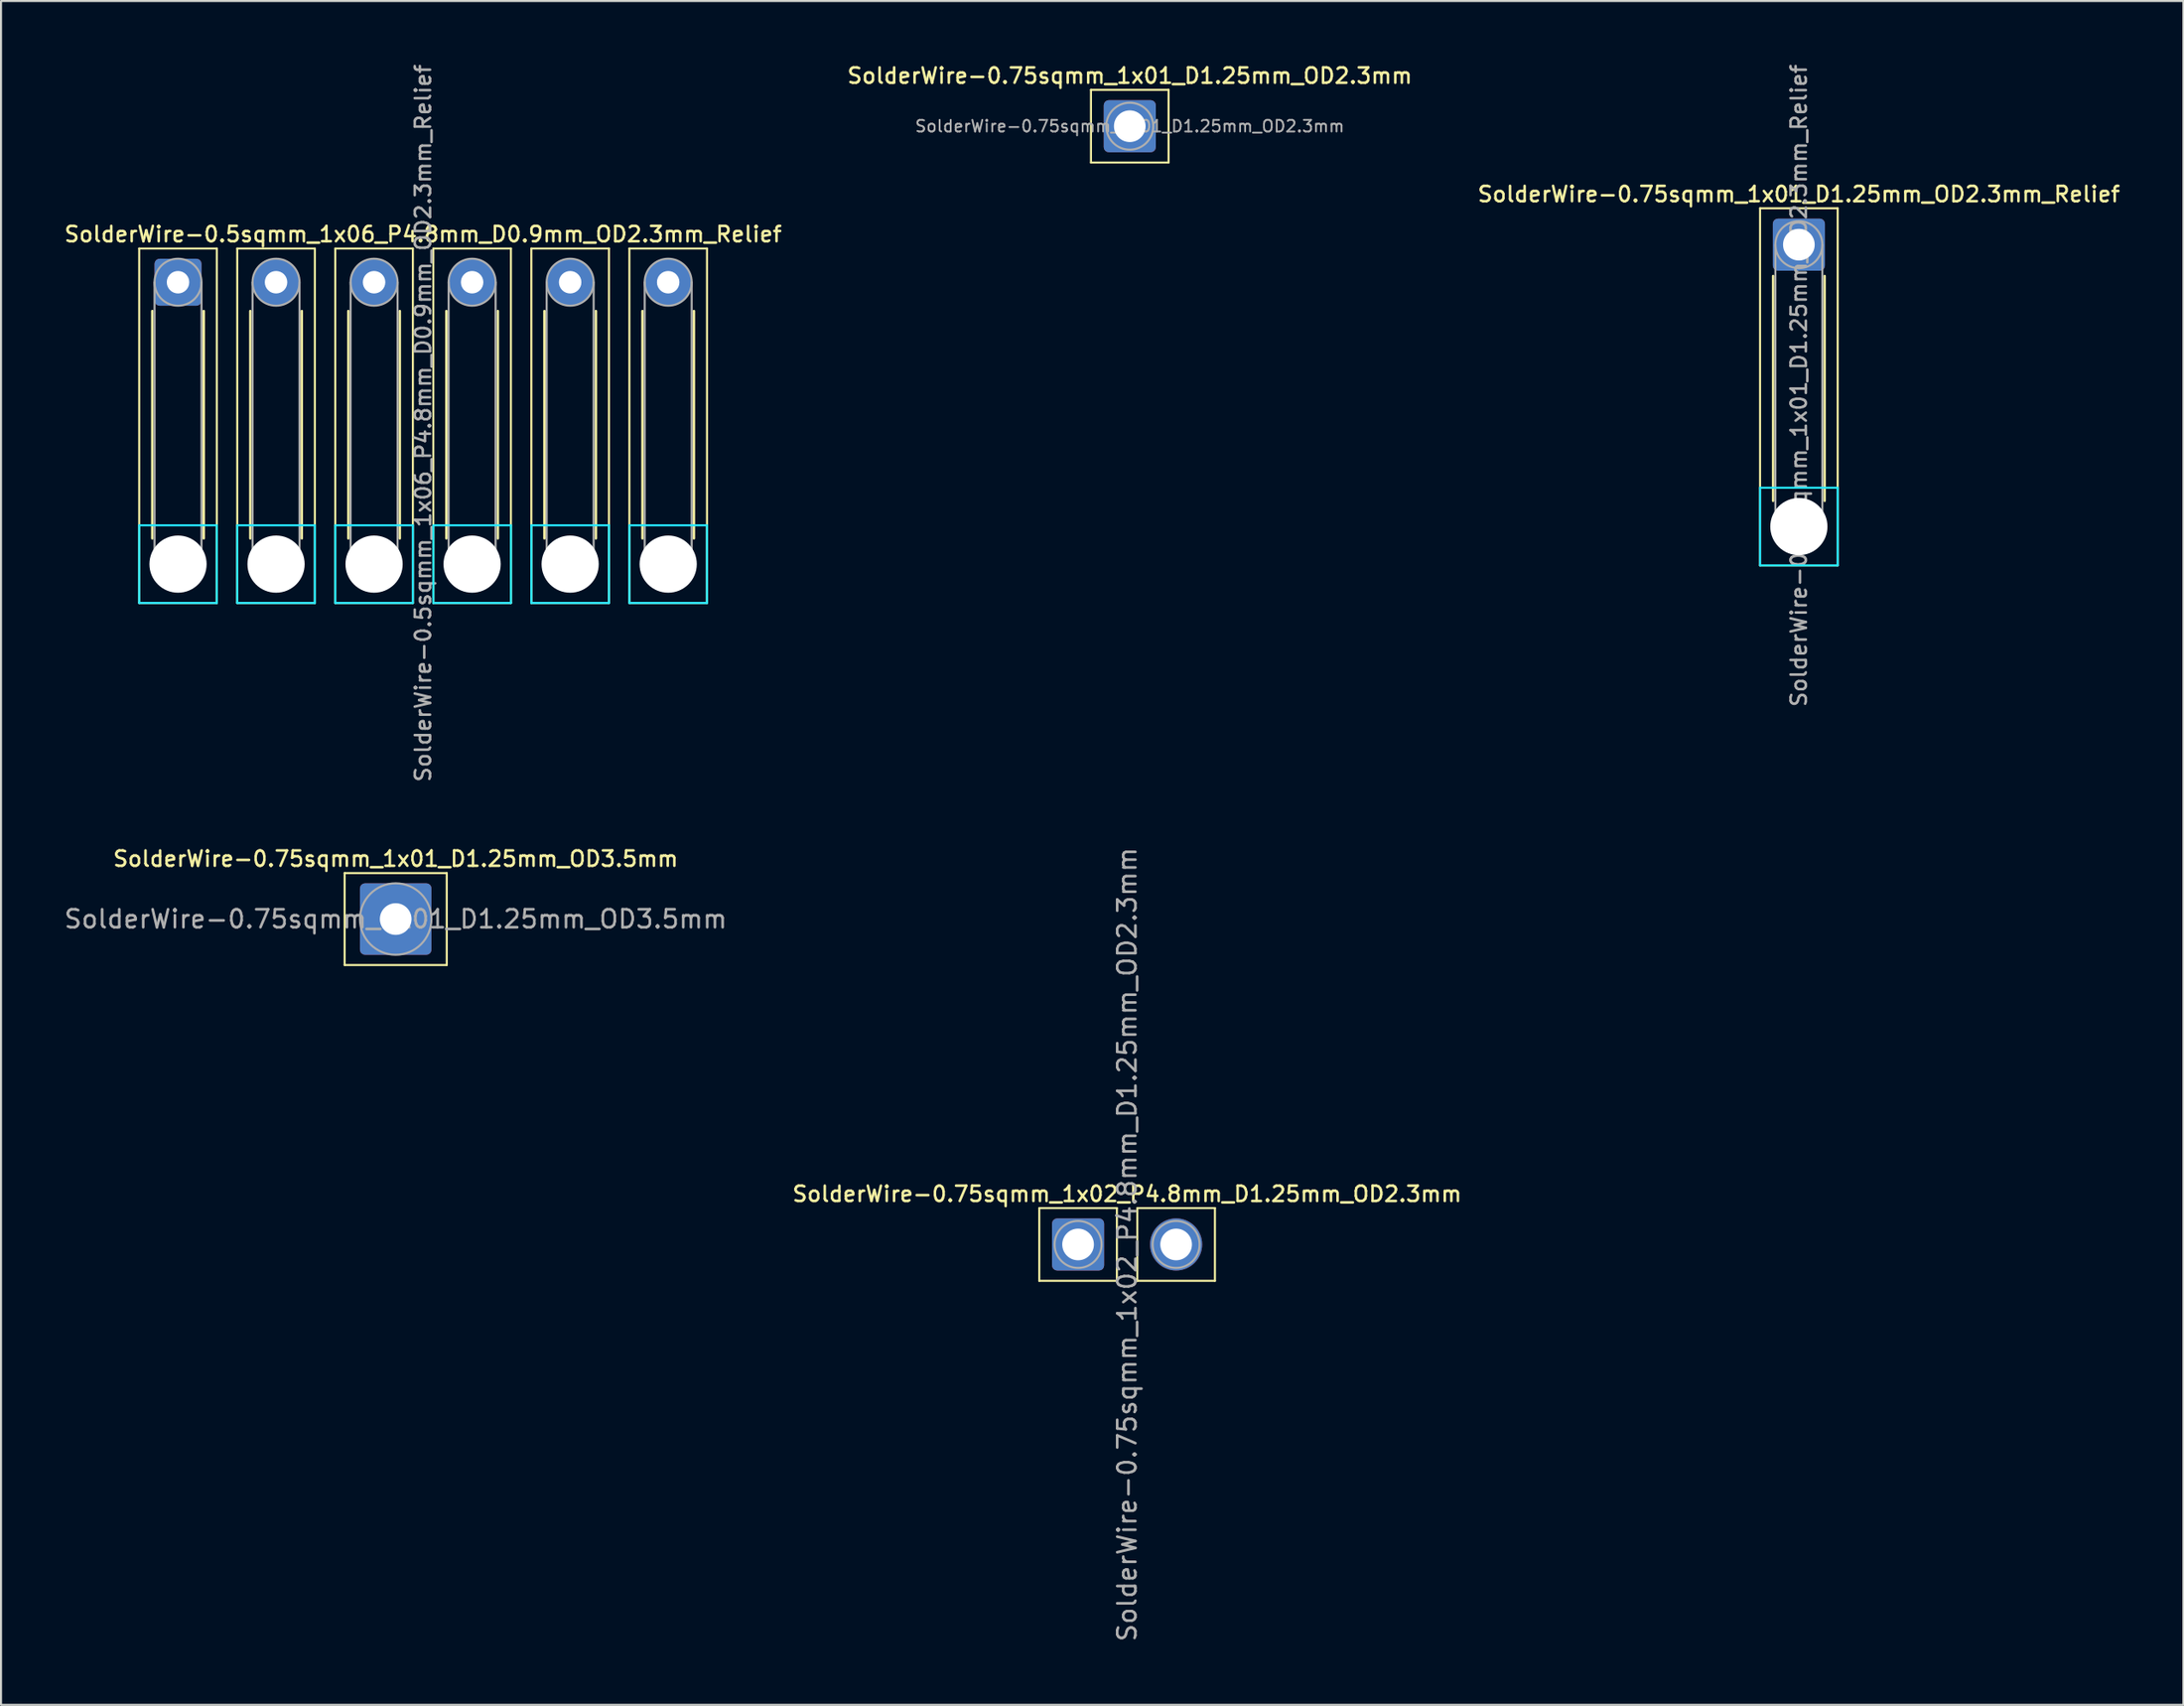
<source format=kicad_pcb>
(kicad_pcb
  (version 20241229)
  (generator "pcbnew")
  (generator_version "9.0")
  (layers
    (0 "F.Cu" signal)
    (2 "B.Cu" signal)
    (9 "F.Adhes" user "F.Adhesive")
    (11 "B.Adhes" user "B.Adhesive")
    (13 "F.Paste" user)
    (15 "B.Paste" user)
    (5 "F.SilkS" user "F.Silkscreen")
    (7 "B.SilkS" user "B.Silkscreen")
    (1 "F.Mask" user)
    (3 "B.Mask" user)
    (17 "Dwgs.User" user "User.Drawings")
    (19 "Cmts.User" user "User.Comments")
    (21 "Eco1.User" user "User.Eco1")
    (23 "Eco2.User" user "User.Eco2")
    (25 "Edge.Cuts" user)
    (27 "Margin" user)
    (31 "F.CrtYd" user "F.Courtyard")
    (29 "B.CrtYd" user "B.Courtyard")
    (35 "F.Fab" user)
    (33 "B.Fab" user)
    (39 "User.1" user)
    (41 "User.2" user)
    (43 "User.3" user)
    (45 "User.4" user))
  (footprint "SolderWire-0.75sqmm_1x02_P4.8mm_D1.25mm_OD2.3mm"
    (layer "F.Cu")
    (at 49.736 57.87)
    (property "Reference" "SolderWire-0.75sqmm_1x02_P4.8mm_D1.25mm_OD2.3mm" (at 2.4 -2.47 0) (layer "F.SilkS") (effects (font (size 0.75 0.75) (thickness 0.125))))
    (attr exclude_from_pos_files exclude_from_bom)
    (fp_line (start -1.9 -1.78) (end -1.9 1.78) (stroke (width 0.1) (type solid)) (layer "F.SilkS"))
    (fp_line (start -1.9 1.78) (end 1.9 1.78) (stroke (width 0.1) (type solid)) (layer "F.SilkS"))
    (fp_line (start 1.9 -1.78) (end -1.9 -1.78) (stroke (width 0.1) (type solid)) (layer "F.SilkS"))
    (fp_line (start 1.9 1.78) (end 1.9 -1.78) (stroke (width 0.1) (type solid)) (layer "F.SilkS"))
    (fp_line (start 2.9 -1.78) (end 2.9 1.78) (stroke (width 0.1) (type solid)) (layer "F.SilkS"))
    (fp_line (start 2.9 1.78) (end 6.7 1.78) (stroke (width 0.1) (type solid)) (layer "F.SilkS"))
    (fp_line (start 6.7 -1.78) (end 2.9 -1.78) (stroke (width 0.1) (type solid)) (layer "F.SilkS"))
    (fp_line (start 6.7 1.78) (end 6.7 -1.78) (stroke (width 0.1) (type solid)) (layer "F.SilkS"))
    (fp_circle (center 0 0) (end 1.15 0) (stroke (width 0.1) (type solid)) (fill no) (layer "F.Fab"))
    (fp_circle (center 4.8 0) (end 5.95 0) (stroke (width 0.1) (type solid)) (fill no) (layer "F.Fab"))
    (fp_text user "${REFERENCE}" (at 2.4 0 90) (layer "F.Fab") (effects (font (size 0.89 0.89) (thickness 0.13))))
    (pad "1" thru_hole roundrect (at 0 0) (size 2.55 2.55) (drill 1.55) (layers "*.Cu" "*.Mask") (roundrect_rratio 0.098))
    (pad "2" thru_hole circle (at 4.8 0) (size 2.55 2.55) (drill 1.55) (layers "*.Cu" "*.Mask")))
  (footprint "SolderWire-0.75sqmm_1x01_D1.25mm_OD2.3mm_Relief"
    (layer "F.Cu")
    (at 85.027 8.927)
    (property "Reference" "SolderWire-0.75sqmm_1x01_D1.25mm_OD2.3mm_Relief" (at 0 -2.47 0) (layer "F.SilkS") (effects (font (size 0.75 0.75) (thickness 0.125))))
    (attr exclude_from_pos_files exclude_from_bom)
    (fp_line (start -1.9 -1.78) (end -1.9 15.7) (stroke (width 0.1) (type solid)) (layer "F.SilkS"))
    (fp_line (start -1.9 15.7) (end 1.9 15.7) (stroke (width 0.1) (type solid)) (layer "F.SilkS"))
    (fp_line (start -1.26 1.535) (end -1.26 12.54) (stroke (width 0.12) (type solid)) (layer "F.SilkS"))
    (fp_line (start 1.26 1.535) (end 1.26 12.54) (stroke (width 0.12) (type solid)) (layer "F.SilkS"))
    (fp_line (start 1.9 -1.78) (end -1.9 -1.78) (stroke (width 0.1) (type solid)) (layer "F.SilkS"))
    (fp_line (start 1.9 15.7) (end 1.9 -1.78) (stroke (width 0.1) (type solid)) (layer "F.SilkS"))
    (fp_line (start -1.9 11.9) (end -1.9 15.7) (stroke (width 0.1) (type solid)) (layer "B.CrtYd"))
    (fp_line (start -1.9 15.7) (end 1.9 15.7) (stroke (width 0.1) (type solid)) (layer "B.CrtYd"))
    (fp_line (start 1.9 11.9) (end -1.9 11.9) (stroke (width 0.1) (type solid)) (layer "B.CrtYd"))
    (fp_line (start 1.9 15.7) (end 1.9 11.9) (stroke (width 0.1) (type solid)) (layer "B.CrtYd"))
    (fp_line (start -1.15 0) (end -1.15 13.8) (stroke (width 0.1) (type solid)) (layer "F.Fab"))
    (fp_line (start 1.15 0) (end 1.15 13.8) (stroke (width 0.1) (type solid)) (layer "F.Fab"))
    (fp_circle (center 0 0) (end 1.15 0) (stroke (width 0.1) (type solid)) (fill no) (layer "F.Fab"))
    (fp_circle (center 0 13.8) (end 1.15 13.8) (stroke (width 0.1) (type solid)) (fill no) (layer "F.Fab"))
    (fp_text user "${REFERENCE}" (at 0 6.9 90) (layer "F.Fab") (effects (font (size 0.75 0.75) (thickness 0.125))))
    (pad "" np_thru_hole circle (at 0 13.8) (size 2.8 2.8) (drill 2.8) (layers "*.Cu" "*.Mask"))
    (pad "1" thru_hole roundrect (at 0 0) (size 2.55 2.55) (drill 1.55) (layers "*.Cu" "*.Mask") (roundrect_rratio 0.098)))
  (footprint "SolderWire-0.5sqmm_1x06_P4.8mm_D0.9mm_OD2.3mm_Relief"
    (layer "F.Cu")
    (at 5.666 10.766)
    (property "Reference" "SolderWire-0.5sqmm_1x06_P4.8mm_D0.9mm_OD2.3mm_Relief" (at 12 -2.35 0) (layer "F.SilkS") (effects (font (size 0.75 0.75) (thickness 0.125))))
    (attr exclude_from_pos_files exclude_from_bom)
    (fp_line (start -1.9 -1.65) (end -1.9 15.7) (stroke (width 0.1) (type solid)) (layer "F.SilkS"))
    (fp_line (start -1.9 15.7) (end 1.9 15.7) (stroke (width 0.1) (type solid)) (layer "F.SilkS"))
    (fp_line (start -1.26 1.41) (end -1.26 12.54) (stroke (width 0.12) (type solid)) (layer "F.SilkS"))
    (fp_line (start 1.26 1.41) (end 1.26 12.54) (stroke (width 0.12) (type solid)) (layer "F.SilkS"))
    (fp_line (start 1.9 -1.65) (end -1.9 -1.65) (stroke (width 0.1) (type solid)) (layer "F.SilkS"))
    (fp_line (start 1.9 15.7) (end 1.9 -1.65) (stroke (width 0.1) (type solid)) (layer "F.SilkS"))
    (fp_line (start 2.9 -1.65) (end 2.9 15.7) (stroke (width 0.1) (type solid)) (layer "F.SilkS"))
    (fp_line (start 2.9 15.7) (end 6.7 15.7) (stroke (width 0.1) (type solid)) (layer "F.SilkS"))
    (fp_line (start 3.54 1.41) (end 3.54 12.54) (stroke (width 0.12) (type solid)) (layer "F.SilkS"))
    (fp_line (start 6.06 1.41) (end 6.06 12.54) (stroke (width 0.12) (type solid)) (layer "F.SilkS"))
    (fp_line (start 6.7 -1.65) (end 2.9 -1.65) (stroke (width 0.1) (type solid)) (layer "F.SilkS"))
    (fp_line (start 6.7 15.7) (end 6.7 -1.65) (stroke (width 0.1) (type solid)) (layer "F.SilkS"))
    (fp_line (start 7.7 -1.65) (end 7.7 15.7) (stroke (width 0.1) (type solid)) (layer "F.SilkS"))
    (fp_line (start 7.7 15.7) (end 11.5 15.7) (stroke (width 0.1) (type solid)) (layer "F.SilkS"))
    (fp_line (start 8.34 1.41) (end 8.34 12.54) (stroke (width 0.12) (type solid)) (layer "F.SilkS"))
    (fp_line (start 10.86 1.41) (end 10.86 12.54) (stroke (width 0.12) (type solid)) (layer "F.SilkS"))
    (fp_line (start 11.5 -1.65) (end 7.7 -1.65) (stroke (width 0.1) (type solid)) (layer "F.SilkS"))
    (fp_line (start 11.5 15.7) (end 11.5 -1.65) (stroke (width 0.1) (type solid)) (layer "F.SilkS"))
    (fp_line (start 12.5 -1.65) (end 12.5 15.7) (stroke (width 0.1) (type solid)) (layer "F.SilkS"))
    (fp_line (start 12.5 15.7) (end 16.3 15.7) (stroke (width 0.1) (type solid)) (layer "F.SilkS"))
    (fp_line (start 13.14 1.41) (end 13.14 12.54) (stroke (width 0.12) (type solid)) (layer "F.SilkS"))
    (fp_line (start 15.66 1.41) (end 15.66 12.54) (stroke (width 0.12) (type solid)) (layer "F.SilkS"))
    (fp_line (start 16.3 -1.65) (end 12.5 -1.65) (stroke (width 0.1) (type solid)) (layer "F.SilkS"))
    (fp_line (start 16.3 15.7) (end 16.3 -1.65) (stroke (width 0.1) (type solid)) (layer "F.SilkS"))
    (fp_line (start 17.3 -1.65) (end 17.3 15.7) (stroke (width 0.1) (type solid)) (layer "F.SilkS"))
    (fp_line (start 17.3 15.7) (end 21.1 15.7) (stroke (width 0.1) (type solid)) (layer "F.SilkS"))
    (fp_line (start 17.94 1.41) (end 17.94 12.54) (stroke (width 0.12) (type solid)) (layer "F.SilkS"))
    (fp_line (start 20.46 1.41) (end 20.46 12.54) (stroke (width 0.12) (type solid)) (layer "F.SilkS"))
    (fp_line (start 21.1 -1.65) (end 17.3 -1.65) (stroke (width 0.1) (type solid)) (layer "F.SilkS"))
    (fp_line (start 21.1 15.7) (end 21.1 -1.65) (stroke (width 0.1) (type solid)) (layer "F.SilkS"))
    (fp_line (start 22.1 -1.65) (end 22.1 15.7) (stroke (width 0.1) (type solid)) (layer "F.SilkS"))
    (fp_line (start 22.1 15.7) (end 25.9 15.7) (stroke (width 0.1) (type solid)) (layer "F.SilkS"))
    (fp_line (start 22.74 1.41) (end 22.74 12.54) (stroke (width 0.12) (type solid)) (layer "F.SilkS"))
    (fp_line (start 25.26 1.41) (end 25.26 12.54) (stroke (width 0.12) (type solid)) (layer "F.SilkS"))
    (fp_line (start 25.9 -1.65) (end 22.1 -1.65) (stroke (width 0.1) (type solid)) (layer "F.SilkS"))
    (fp_line (start 25.9 15.7) (end 25.9 -1.65) (stroke (width 0.1) (type solid)) (layer "F.SilkS"))
    (fp_line (start -1.9 11.9) (end -1.9 15.7) (stroke (width 0.1) (type solid)) (layer "B.CrtYd"))
    (fp_line (start -1.9 15.7) (end 1.9 15.7) (stroke (width 0.1) (type solid)) (layer "B.CrtYd"))
    (fp_line (start 1.9 11.9) (end -1.9 11.9) (stroke (width 0.1) (type solid)) (layer "B.CrtYd"))
    (fp_line (start 1.9 15.7) (end 1.9 11.9) (stroke (width 0.1) (type solid)) (layer "B.CrtYd"))
    (fp_line (start 2.9 11.9) (end 2.9 15.7) (stroke (width 0.1) (type solid)) (layer "B.CrtYd"))
    (fp_line (start 2.9 15.7) (end 6.7 15.7) (stroke (width 0.1) (type solid)) (layer "B.CrtYd"))
    (fp_line (start 6.7 11.9) (end 2.9 11.9) (stroke (width 0.1) (type solid)) (layer "B.CrtYd"))
    (fp_line (start 6.7 15.7) (end 6.7 11.9) (stroke (width 0.1) (type solid)) (layer "B.CrtYd"))
    (fp_line (start 7.7 11.9) (end 7.7 15.7) (stroke (width 0.1) (type solid)) (layer "B.CrtYd"))
    (fp_line (start 7.7 15.7) (end 11.5 15.7) (stroke (width 0.1) (type solid)) (layer "B.CrtYd"))
    (fp_line (start 11.5 11.9) (end 7.7 11.9) (stroke (width 0.1) (type solid)) (layer "B.CrtYd"))
    (fp_line (start 11.5 15.7) (end 11.5 11.9) (stroke (width 0.1) (type solid)) (layer "B.CrtYd"))
    (fp_line (start 12.5 11.9) (end 12.5 15.7) (stroke (width 0.1) (type solid)) (layer "B.CrtYd"))
    (fp_line (start 12.5 15.7) (end 16.3 15.7) (stroke (width 0.1) (type solid)) (layer "B.CrtYd"))
    (fp_line (start 16.3 11.9) (end 12.5 11.9) (stroke (width 0.1) (type solid)) (layer "B.CrtYd"))
    (fp_line (start 16.3 15.7) (end 16.3 11.9) (stroke (width 0.1) (type solid)) (layer "B.CrtYd"))
    (fp_line (start 17.3 11.9) (end 17.3 15.7) (stroke (width 0.1) (type solid)) (layer "B.CrtYd"))
    (fp_line (start 17.3 15.7) (end 21.1 15.7) (stroke (width 0.1) (type solid)) (layer "B.CrtYd"))
    (fp_line (start 21.1 11.9) (end 17.3 11.9) (stroke (width 0.1) (type solid)) (layer "B.CrtYd"))
    (fp_line (start 21.1 15.7) (end 21.1 11.9) (stroke (width 0.1) (type solid)) (layer "B.CrtYd"))
    (fp_line (start 22.1 11.9) (end 22.1 15.7) (stroke (width 0.1) (type solid)) (layer "B.CrtYd"))
    (fp_line (start 22.1 15.7) (end 25.9 15.7) (stroke (width 0.1) (type solid)) (layer "B.CrtYd"))
    (fp_line (start 25.9 11.9) (end 22.1 11.9) (stroke (width 0.1) (type solid)) (layer "B.CrtYd"))
    (fp_line (start 25.9 15.7) (end 25.9 11.9) (stroke (width 0.1) (type solid)) (layer "B.CrtYd"))
    (fp_line (start -1.15 0) (end -1.15 13.8) (stroke (width 0.1) (type solid)) (layer "F.Fab"))
    (fp_line (start 1.15 0) (end 1.15 13.8) (stroke (width 0.1) (type solid)) (layer "F.Fab"))
    (fp_line (start 3.65 0) (end 3.65 13.8) (stroke (width 0.1) (type solid)) (layer "F.Fab"))
    (fp_line (start 5.95 0) (end 5.95 13.8) (stroke (width 0.1) (type solid)) (layer "F.Fab"))
    (fp_line (start 8.45 0) (end 8.45 13.8) (stroke (width 0.1) (type solid)) (layer "F.Fab"))
    (fp_line (start 10.75 0) (end 10.75 13.8) (stroke (width 0.1) (type solid)) (layer "F.Fab"))
    (fp_line (start 13.25 0) (end 13.25 13.8) (stroke (width 0.1) (type solid)) (layer "F.Fab"))
    (fp_line (start 15.55 0) (end 15.55 13.8) (stroke (width 0.1) (type solid)) (layer "F.Fab"))
    (fp_line (start 18.05 0) (end 18.05 13.8) (stroke (width 0.1) (type solid)) (layer "F.Fab"))
    (fp_line (start 20.35 0) (end 20.35 13.8) (stroke (width 0.1) (type solid)) (layer "F.Fab"))
    (fp_line (start 22.85 0) (end 22.85 13.8) (stroke (width 0.1) (type solid)) (layer "F.Fab"))
    (fp_line (start 25.15 0) (end 25.15 13.8) (stroke (width 0.1) (type solid)) (layer "F.Fab"))
    (fp_circle (center 0 0) (end 1.15 0) (stroke (width 0.1) (type solid)) (fill no) (layer "F.Fab"))
    (fp_circle (center 0 13.8) (end 1.15 13.8) (stroke (width 0.1) (type solid)) (fill no) (layer "F.Fab"))
    (fp_circle (center 4.8 0) (end 5.95 0) (stroke (width 0.1) (type solid)) (fill no) (layer "F.Fab"))
    (fp_circle (center 4.8 13.8) (end 5.95 13.8) (stroke (width 0.1) (type solid)) (fill no) (layer "F.Fab"))
    (fp_circle (center 9.6 0) (end 10.75 0) (stroke (width 0.1) (type solid)) (fill no) (layer "F.Fab"))
    (fp_circle (center 9.6 13.8) (end 10.75 13.8) (stroke (width 0.1) (type solid)) (fill no) (layer "F.Fab"))
    (fp_circle (center 14.4 0) (end 15.55 0) (stroke (width 0.1) (type solid)) (fill no) (layer "F.Fab"))
    (fp_circle (center 14.4 13.8) (end 15.55 13.8) (stroke (width 0.1) (type solid)) (fill no) (layer "F.Fab"))
    (fp_circle (center 19.2 0) (end 20.35 0) (stroke (width 0.1) (type solid)) (fill no) (layer "F.Fab"))
    (fp_circle (center 19.2 13.8) (end 20.35 13.8) (stroke (width 0.1) (type solid)) (fill no) (layer "F.Fab"))
    (fp_circle (center 24 0) (end 25.15 0) (stroke (width 0.1) (type solid)) (fill no) (layer "F.Fab"))
    (fp_circle (center 24 13.8) (end 25.15 13.8) (stroke (width 0.1) (type solid)) (fill no) (layer "F.Fab"))
    (fp_text user "${REFERENCE}" (at 12 6.9 90) (layer "F.Fab") (effects (font (size 0.75 0.75) (thickness 0.125))))
    (pad "" np_thru_hole circle (at 0 13.8) (size 2.8 2.8) (drill 2.8) (layers "*.Cu" "*.Mask"))
    (pad "" np_thru_hole circle (at 4.8 13.8) (size 2.8 2.8) (drill 2.8) (layers "*.Cu" "*.Mask"))
    (pad "" np_thru_hole circle (at 9.6 13.8) (size 2.8 2.8) (drill 2.8) (layers "*.Cu" "*.Mask"))
    (pad "" np_thru_hole circle (at 14.4 13.8) (size 2.8 2.8) (drill 2.8) (layers "*.Cu" "*.Mask"))
    (pad "" np_thru_hole circle (at 19.2 13.8) (size 2.8 2.8) (drill 2.8) (layers "*.Cu" "*.Mask"))
    (pad "" np_thru_hole circle (at 24 13.8) (size 2.8 2.8) (drill 2.8) (layers "*.Cu" "*.Mask"))
    (pad "1" thru_hole roundrect (at 0 0) (size 2.3 2.3) (drill 1.1) (layers "*.Cu" "*.Mask") (roundrect_rratio 0.109))
    (pad "2" thru_hole circle (at 4.8 0) (size 2.3 2.3) (drill 1.1) (layers "*.Cu" "*.Mask"))
    (pad "3" thru_hole circle (at 9.6 0) (size 2.3 2.3) (drill 1.1) (layers "*.Cu" "*.Mask"))
    (pad "4" thru_hole circle (at 14.4 0) (size 2.3 2.3) (drill 1.1) (layers "*.Cu" "*.Mask"))
    (pad "5" thru_hole circle (at 19.2 0) (size 2.3 2.3) (drill 1.1) (layers "*.Cu" "*.Mask"))
    (pad "6" thru_hole circle (at 24 0) (size 2.3 2.3) (drill 1.1) (layers "*.Cu" "*.Mask")))
  (footprint "SolderWire-0.75sqmm_1x01_D1.25mm_OD3.5mm"
    (layer "F.Cu")
    (at 16.324 41.94)
    (property "Reference" "SolderWire-0.75sqmm_1x01_D1.25mm_OD3.5mm" (at 0 -2.95 0) (layer "F.SilkS") (effects (font (size 0.75 0.75) (thickness 0.125))))
    (attr exclude_from_pos_files exclude_from_bom)
    (fp_line (start -2.5 -2.25) (end -2.5 2.25) (stroke (width 0.1) (type solid)) (layer "F.SilkS"))
    (fp_line (start -2.5 2.25) (end 2.5 2.25) (stroke (width 0.1) (type solid)) (layer "F.SilkS"))
    (fp_line (start 2.5 -2.25) (end -2.5 -2.25) (stroke (width 0.1) (type solid)) (layer "F.SilkS"))
    (fp_line (start 2.5 2.25) (end 2.5 -2.25) (stroke (width 0.1) (type solid)) (layer "F.SilkS"))
    (fp_circle (center 0 0) (end 1.75 0) (stroke (width 0.1) (type solid)) (fill no) (layer "F.Fab"))
    (fp_text user "${REFERENCE}" (at 0 0 0) (layer "F.Fab") (effects (font (size 0.88 0.88) (thickness 0.13))))
    (pad "1" thru_hole roundrect (at 0 0) (size 3.5 3.5) (drill 1.55) (layers "*.Cu" "*.Mask") (roundrect_rratio 0.071)))
  (footprint "SolderWire-0.75sqmm_1x01_D1.25mm_OD2.3mm"
    (layer "F.Cu")
    (at 52.266 3.128)
    (property "Reference" "SolderWire-0.75sqmm_1x01_D1.25mm_OD2.3mm" (at 0 -2.47 0) (layer "F.SilkS") (effects (font (size 0.75 0.75) (thickness 0.125))))
    (attr exclude_from_pos_files exclude_from_bom)
    (fp_line (start -1.9 -1.78) (end -1.9 1.78) (stroke (width 0.1) (type solid)) (layer "F.SilkS"))
    (fp_line (start -1.9 1.78) (end 1.9 1.78) (stroke (width 0.1) (type solid)) (layer "F.SilkS"))
    (fp_line (start 1.9 -1.78) (end -1.9 -1.78) (stroke (width 0.1) (type solid)) (layer "F.SilkS"))
    (fp_line (start 1.9 1.78) (end 1.9 -1.78) (stroke (width 0.1) (type solid)) (layer "F.SilkS"))
    (fp_circle (center 0 0) (end 1.15 0) (stroke (width 0.1) (type solid)) (fill no) (layer "F.Fab"))
    (fp_text user "${REFERENCE}" (at 0 0 0) (layer "F.Fab") (effects (font (size 0.57 0.57) (thickness 0.09))))
    (pad "1" thru_hole roundrect (at 0 0) (size 2.55 2.55) (drill 1.55) (layers "*.Cu" "*.Mask") (roundrect_rratio 0.098)))
  (gr_rect
    (start -3 -3)
    (end 103.854 80.407)
    (stroke (width 0.1) (type default))
    (fill no)
    (layer "Edge.Cuts")))
</source>
